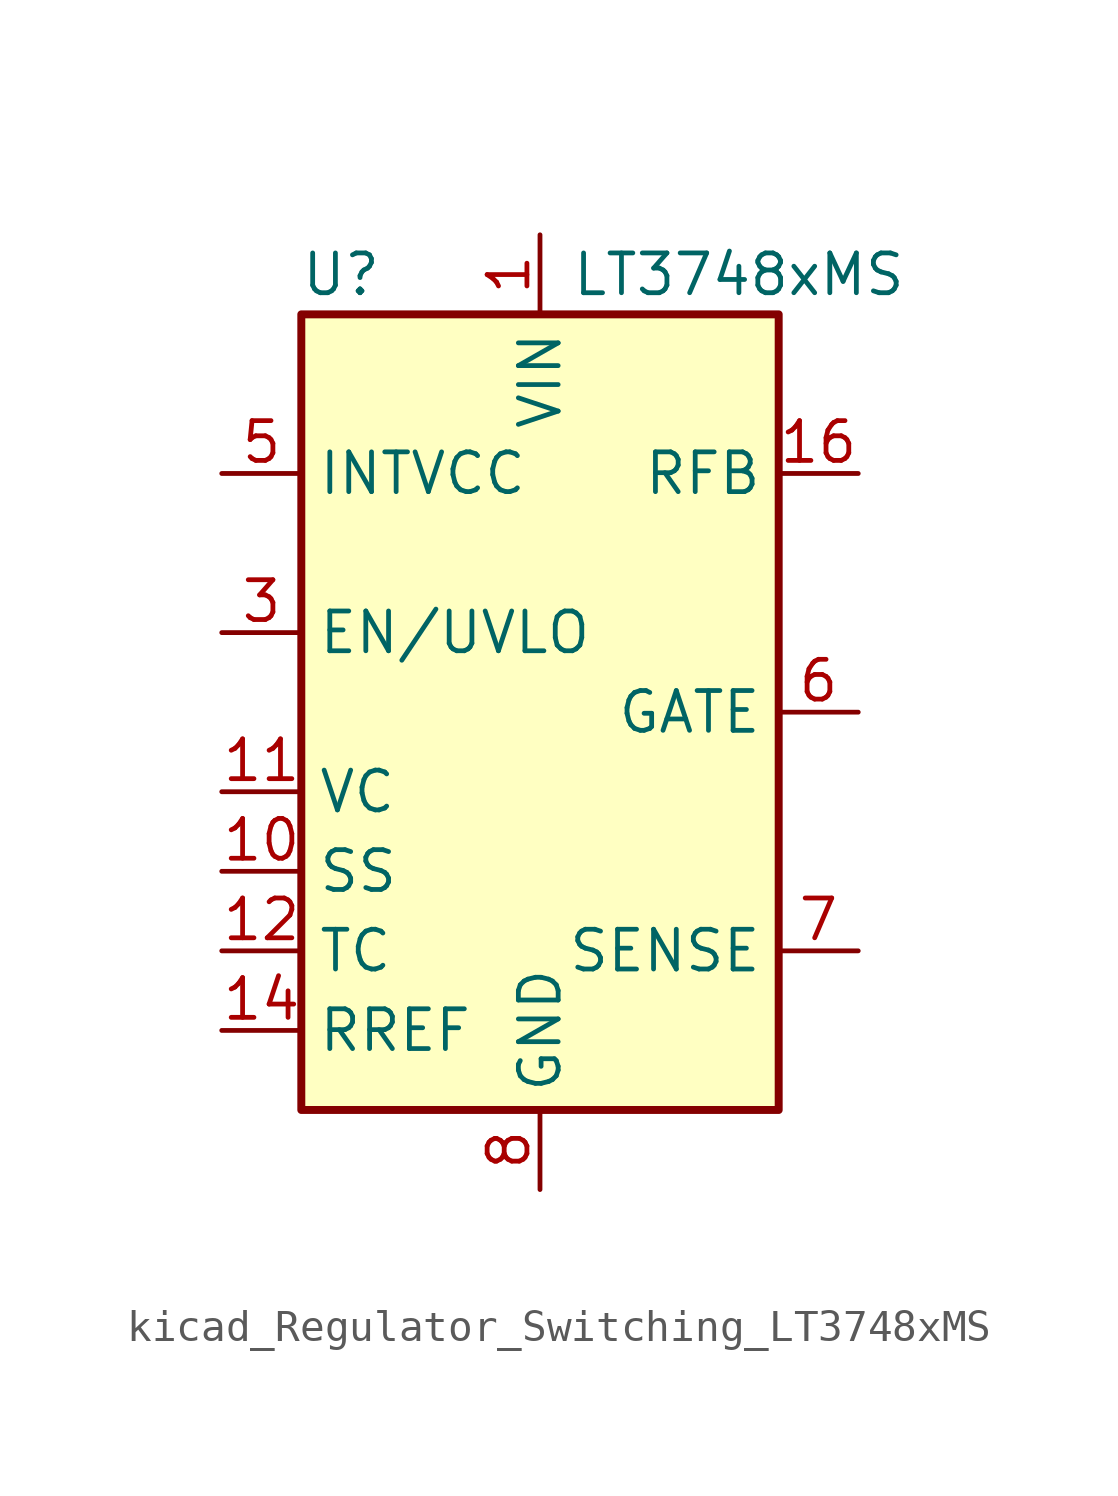
<source format=kicad_sym>
(kicad_symbol_lib
  (version 20220914)
  (generator kicad_symbol_editor)
  (symbol "kicad_Regulator_Switching_LT3748xMS"
    (property "Reference" "U"
      (at -6.35 13.97 0)
      (effects (font (size 1.27 1.27))))
    (property "Value" "LT3748xMS"
      (at 6.35 13.97 0)
      (effects (font (size 1.27 1.27))))
    (symbol "kicad_Regulator_Switching_LT3748xMS_0_1"
      (rectangle (start 7.62 12.7) (end -7.62 -12.7) (stroke (width 0.254) (type default)) (fill (type background))))
    (symbol "kicad_Regulator_Switching_LT3748xMS_1_1"
      (pin power_in line (at 0 15.24 270) (length 2.54) (name "VIN" (effects (font (size 1.27 1.27)))) (number "1" (effects (font (size 1.27 1.27)))))
      (pin passive line (at -10.16 -5.08 0) (length 2.54) (name "SS" (effects (font (size 1.27 1.27)))) (number "10" (effects (font (size 1.27 1.27)))))
      (pin passive line (at -10.16 -2.54 0) (length 2.54) (name "VC" (effects (font (size 1.27 1.27)))) (number "11" (effects (font (size 1.27 1.27)))))
      (pin passive line (at -10.16 -7.62 0) (length 2.54) (name "TC" (effects (font (size 1.27 1.27)))) (number "12" (effects (font (size 1.27 1.27)))))
      (pin passive line (at -10.16 -10.16 0) (length 2.54) (name "RREF" (effects (font (size 1.27 1.27)))) (number "14" (effects (font (size 1.27 1.27)))))
      (pin input line (at 10.16 7.62 180) (length 2.54) (name "RFB" (effects (font (size 1.27 1.27)))) (number "16" (effects (font (size 1.27 1.27)))))
      (pin input line (at -10.16 2.54 0) (length 2.54) (name "EN/UVLO" (effects (font (size 1.27 1.27)))) (number "3" (effects (font (size 1.27 1.27)))))
      (pin passive line (at -10.16 7.62 0) (length 2.54) (name "INTVCC" (effects (font (size 1.27 1.27)))) (number "5" (effects (font (size 1.27 1.27)))))
      (pin output line (at 10.16 0 180) (length 2.54) (name "GATE" (effects (font (size 1.27 1.27)))) (number "6" (effects (font (size 1.27 1.27)))))
      (pin input line (at 10.16 -7.62 180) (length 2.54) (name "SENSE" (effects (font (size 1.27 1.27)))) (number "7" (effects (font (size 1.27 1.27)))))
      (pin power_in line (at 0 -15.24 90) (length 2.54) (name "GND" (effects (font (size 1.27 1.27)))) (number "8" (effects (font (size 1.27 1.27)))))
      (pin passive line (at 0 -15.24 90) (length 2.54) hide (name "GND" (effects (font (size 1.27 1.27)))) (number "9" (effects (font (size 1.27 1.27))))))))
</source>
